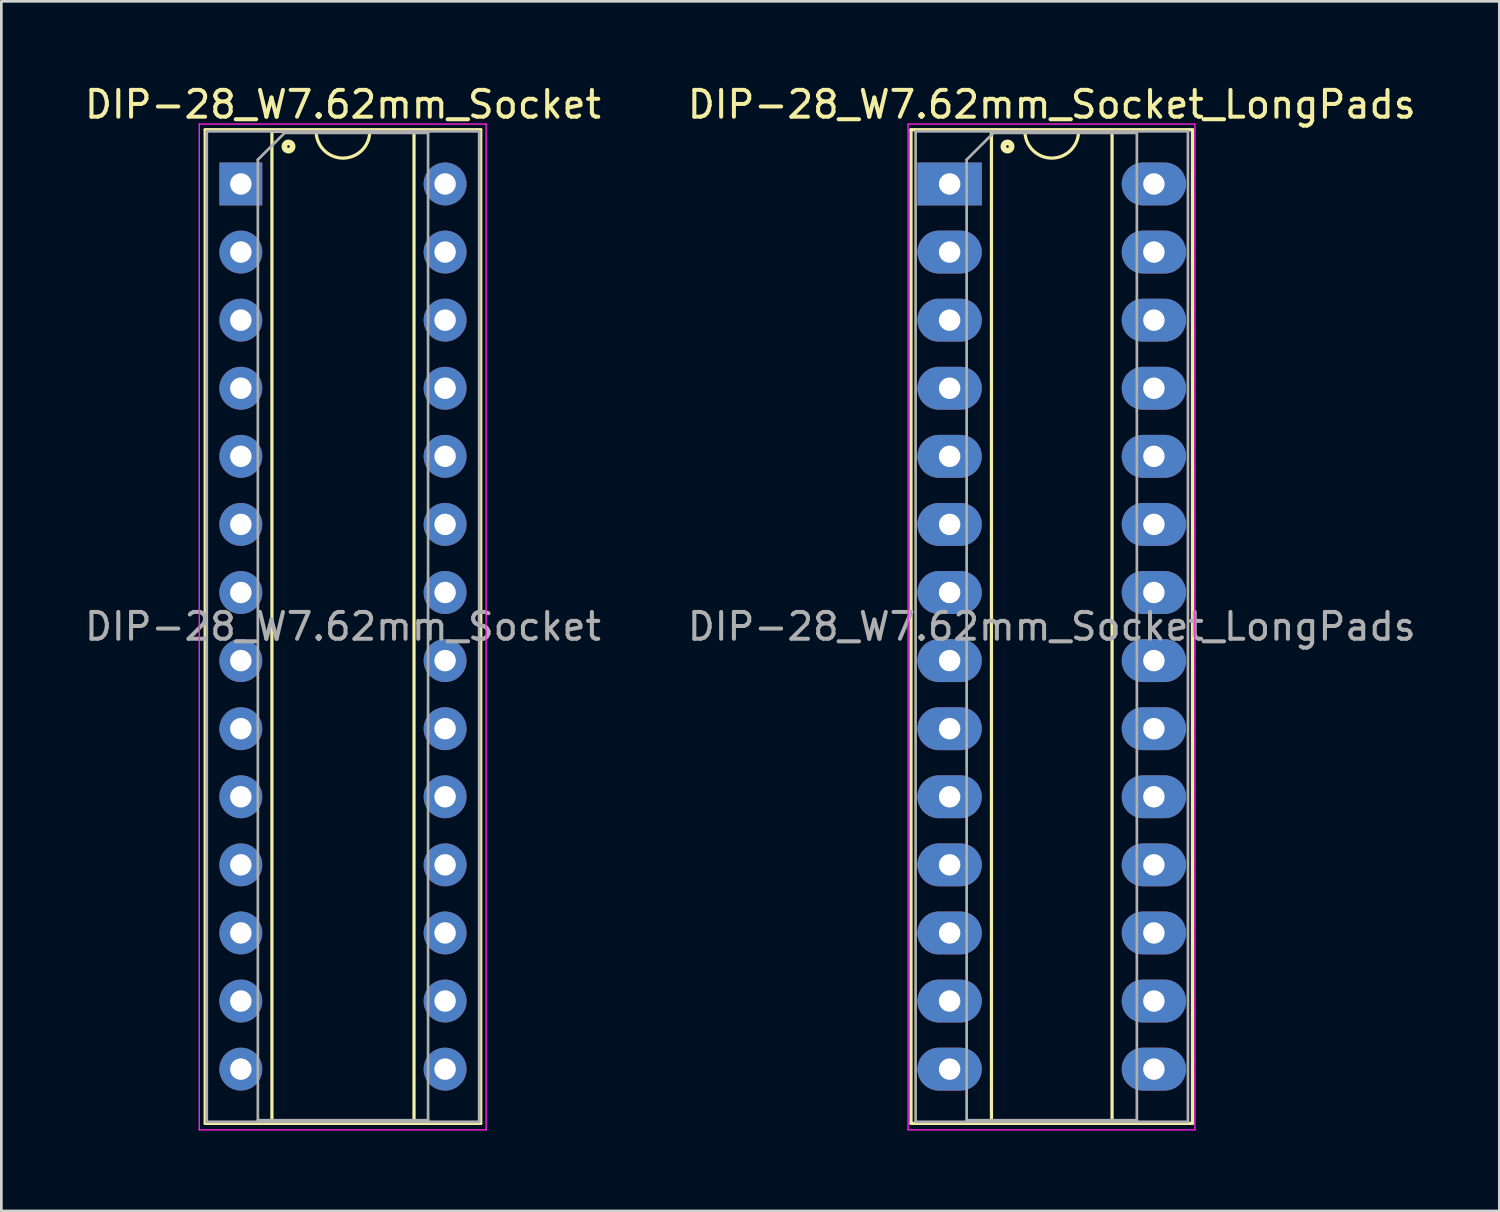
<source format=kicad_pcb>
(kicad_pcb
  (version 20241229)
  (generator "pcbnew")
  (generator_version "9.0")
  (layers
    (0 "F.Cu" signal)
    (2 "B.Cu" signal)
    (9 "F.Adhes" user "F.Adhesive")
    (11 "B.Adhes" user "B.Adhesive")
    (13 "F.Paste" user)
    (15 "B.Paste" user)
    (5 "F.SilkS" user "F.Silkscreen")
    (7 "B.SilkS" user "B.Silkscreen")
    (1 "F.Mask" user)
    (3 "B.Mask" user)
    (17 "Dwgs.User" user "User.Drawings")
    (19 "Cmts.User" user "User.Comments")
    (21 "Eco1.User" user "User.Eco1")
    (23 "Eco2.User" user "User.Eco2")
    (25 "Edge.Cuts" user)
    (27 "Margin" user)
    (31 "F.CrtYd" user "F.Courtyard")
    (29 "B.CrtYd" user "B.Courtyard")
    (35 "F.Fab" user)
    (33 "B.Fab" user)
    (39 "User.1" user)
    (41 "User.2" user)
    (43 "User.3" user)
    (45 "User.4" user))
  (footprint "DIP-28_W7.62mm_Socket_LongPads"
    (layer "F.Cu")
    (at 32.375 3.813)
    (property "Reference" "DIP-28_W7.62mm_Socket_LongPads" (at 3.81 -2.965 0) (layer "F.SilkS") (effects (font (size 1 1) (thickness 0.15))))
    (attr through_hole)
    (fp_line (start -1.44 -2.025) (end -1.44 35.045) (stroke (width 0.12) (type solid)) (layer "F.SilkS"))
    (fp_line (start -1.44 35.045) (end 9.06 35.045) (stroke (width 0.12) (type solid)) (layer "F.SilkS"))
    (fp_line (start 1.56 -1.965) (end 1.56 34.985) (stroke (width 0.12) (type solid)) (layer "F.SilkS"))
    (fp_line (start 1.56 34.985) (end 6.06 34.985) (stroke (width 0.12) (type solid)) (layer "F.SilkS"))
    (fp_line (start 2.81 -1.965) (end 1.56 -1.965) (stroke (width 0.12) (type solid)) (layer "F.SilkS"))
    (fp_line (start 6.06 -1.965) (end 4.81 -1.965) (stroke (width 0.12) (type solid)) (layer "F.SilkS"))
    (fp_line (start 6.06 34.985) (end 6.06 -1.965) (stroke (width 0.12) (type solid)) (layer "F.SilkS"))
    (fp_line (start 9.06 -2.025) (end -1.44 -2.025) (stroke (width 0.12) (type solid)) (layer "F.SilkS"))
    (fp_line (start 9.06 35.045) (end 9.06 -2.025) (stroke (width 0.12) (type solid)) (layer "F.SilkS"))
    (fp_arc (start 4.81 -1.965) (mid 3.81 -0.965) (end 2.81 -1.965) (stroke (width 0.12) (type solid)) (layer "F.SilkS"))
    (fp_circle (center 2.159 -1.397) (end 2.209 -1.397) (stroke (width 0.12) (type solid)) (fill no) (layer "F.SilkS"))
    (fp_circle (center 2.159 -1.397) (end 2.284 -1.397) (stroke (width 0.12) (type solid)) (fill no) (layer "F.SilkS"))
    (fp_circle (center 2.159 -1.397) (end 2.359 -1.397) (stroke (width 0.12) (type solid)) (fill no) (layer "F.SilkS"))
    (fp_line (start -1.55 -2.235) (end -1.55 35.285) (stroke (width 0.05) (type solid)) (layer "F.CrtYd"))
    (fp_line (start -1.55 35.285) (end 9.15 35.285) (stroke (width 0.05) (type solid)) (layer "F.CrtYd"))
    (fp_line (start 9.15 -2.235) (end -1.55 -2.235) (stroke (width 0.05) (type solid)) (layer "F.CrtYd"))
    (fp_line (start 9.15 35.285) (end 9.15 -2.235) (stroke (width 0.05) (type solid)) (layer "F.CrtYd"))
    (fp_line (start -1.27 -1.965) (end -1.27 34.985) (stroke (width 0.1) (type solid)) (layer "F.Fab"))
    (fp_line (start -1.27 34.985) (end 8.89 34.985) (stroke (width 0.1) (type solid)) (layer "F.Fab"))
    (fp_line (start 0.635 -0.905) (end 1.635 -1.905) (stroke (width 0.1) (type solid)) (layer "F.Fab"))
    (fp_line (start 0.635 34.925) (end 0.635 -0.905) (stroke (width 0.1) (type solid)) (layer "F.Fab"))
    (fp_line (start 1.635 -1.905) (end 6.985 -1.905) (stroke (width 0.1) (type solid)) (layer "F.Fab"))
    (fp_line (start 6.985 -1.905) (end 6.985 34.925) (stroke (width 0.1) (type solid)) (layer "F.Fab"))
    (fp_line (start 6.985 34.925) (end 0.635 34.925) (stroke (width 0.1) (type solid)) (layer "F.Fab"))
    (fp_line (start 8.89 -1.965) (end -1.27 -1.965) (stroke (width 0.1) (type solid)) (layer "F.Fab"))
    (fp_line (start 8.89 34.985) (end 8.89 -1.965) (stroke (width 0.1) (type solid)) (layer "F.Fab"))
    (fp_text user "${REFERENCE}" (at 3.81 16.51 0) (layer "F.Fab") (effects (font (size 1 1) (thickness 0.15))))
    (pad "1" thru_hole rect (at 0 0) (size 2.4 1.6) (drill 0.8) (layers "*.Cu" "*.Mask"))
    (pad "2" thru_hole oval (at 0 2.54) (size 2.4 1.6) (drill 0.8) (layers "*.Cu" "*.Mask"))
    (pad "3" thru_hole oval (at 0 5.08) (size 2.4 1.6) (drill 0.8) (layers "*.Cu" "*.Mask"))
    (pad "4" thru_hole oval (at 0 7.62) (size 2.4 1.6) (drill 0.8) (layers "*.Cu" "*.Mask"))
    (pad "5" thru_hole oval (at 0 10.16) (size 2.4 1.6) (drill 0.8) (layers "*.Cu" "*.Mask"))
    (pad "6" thru_hole oval (at 0 12.7) (size 2.4 1.6) (drill 0.8) (layers "*.Cu" "*.Mask"))
    (pad "7" thru_hole oval (at 0 15.24) (size 2.4 1.6) (drill 0.8) (layers "*.Cu" "*.Mask"))
    (pad "8" thru_hole oval (at 0 17.78) (size 2.4 1.6) (drill 0.8) (layers "*.Cu" "*.Mask"))
    (pad "9" thru_hole oval (at 0 20.32) (size 2.4 1.6) (drill 0.8) (layers "*.Cu" "*.Mask"))
    (pad "10" thru_hole oval (at 0 22.86) (size 2.4 1.6) (drill 0.8) (layers "*.Cu" "*.Mask"))
    (pad "11" thru_hole oval (at 0 25.4) (size 2.4 1.6) (drill 0.8) (layers "*.Cu" "*.Mask"))
    (pad "12" thru_hole oval (at 0 27.94) (size 2.4 1.6) (drill 0.8) (layers "*.Cu" "*.Mask"))
    (pad "13" thru_hole oval (at 0 30.48) (size 2.4 1.6) (drill 0.8) (layers "*.Cu" "*.Mask"))
    (pad "14" thru_hole oval (at 0 33.02) (size 2.4 1.6) (drill 0.8) (layers "*.Cu" "*.Mask"))
    (pad "15" thru_hole oval (at 7.62 33.02) (size 2.4 1.6) (drill 0.8) (layers "*.Cu" "*.Mask"))
    (pad "16" thru_hole oval (at 7.62 30.48) (size 2.4 1.6) (drill 0.8) (layers "*.Cu" "*.Mask"))
    (pad "17" thru_hole oval (at 7.62 27.94) (size 2.4 1.6) (drill 0.8) (layers "*.Cu" "*.Mask"))
    (pad "18" thru_hole oval (at 7.62 25.4) (size 2.4 1.6) (drill 0.8) (layers "*.Cu" "*.Mask"))
    (pad "19" thru_hole oval (at 7.62 22.86) (size 2.4 1.6) (drill 0.8) (layers "*.Cu" "*.Mask"))
    (pad "20" thru_hole oval (at 7.62 20.32) (size 2.4 1.6) (drill 0.8) (layers "*.Cu" "*.Mask"))
    (pad "21" thru_hole oval (at 7.62 17.78) (size 2.4 1.6) (drill 0.8) (layers "*.Cu" "*.Mask"))
    (pad "22" thru_hole oval (at 7.62 15.24) (size 2.4 1.6) (drill 0.8) (layers "*.Cu" "*.Mask"))
    (pad "23" thru_hole oval (at 7.62 12.7) (size 2.4 1.6) (drill 0.8) (layers "*.Cu" "*.Mask"))
    (pad "24" thru_hole oval (at 7.62 10.16) (size 2.4 1.6) (drill 0.8) (layers "*.Cu" "*.Mask"))
    (pad "25" thru_hole oval (at 7.62 7.62) (size 2.4 1.6) (drill 0.8) (layers "*.Cu" "*.Mask"))
    (pad "26" thru_hole oval (at 7.62 5.08) (size 2.4 1.6) (drill 0.8) (layers "*.Cu" "*.Mask"))
    (pad "27" thru_hole oval (at 7.62 2.54) (size 2.4 1.6) (drill 0.8) (layers "*.Cu" "*.Mask"))
    (pad "28" thru_hole oval (at 7.62 0) (size 2.4 1.6) (drill 0.8) (layers "*.Cu" "*.Mask")))
  (footprint "DIP-28_W7.62mm_Socket"
    (layer "F.Cu")
    (at 5.934 3.813)
    (property "Reference" "DIP-28_W7.62mm_Socket" (at 3.81 -2.965 0) (layer "F.SilkS") (effects (font (size 1 1) (thickness 0.15))))
    (attr through_hole)
    (fp_line (start -1.33 -2.025) (end -1.33 35.045) (stroke (width 0.12) (type solid)) (layer "F.SilkS"))
    (fp_line (start -1.33 35.045) (end 8.95 35.045) (stroke (width 0.12) (type solid)) (layer "F.SilkS"))
    (fp_line (start 1.16 -1.965) (end 1.16 34.985) (stroke (width 0.12) (type solid)) (layer "F.SilkS"))
    (fp_line (start 1.16 34.985) (end 6.46 34.985) (stroke (width 0.12) (type solid)) (layer "F.SilkS"))
    (fp_line (start 2.81 -1.965) (end 1.16 -1.965) (stroke (width 0.12) (type solid)) (layer "F.SilkS"))
    (fp_line (start 6.46 -1.965) (end 4.81 -1.965) (stroke (width 0.12) (type solid)) (layer "F.SilkS"))
    (fp_line (start 6.46 34.985) (end 6.46 -1.965) (stroke (width 0.12) (type solid)) (layer "F.SilkS"))
    (fp_line (start 8.95 -2.025) (end -1.33 -2.025) (stroke (width 0.12) (type solid)) (layer "F.SilkS"))
    (fp_line (start 8.95 35.045) (end 8.95 -2.025) (stroke (width 0.12) (type solid)) (layer "F.SilkS"))
    (fp_arc (start 4.81 -1.965) (mid 3.81 -0.965) (end 2.81 -1.965) (stroke (width 0.12) (type solid)) (layer "F.SilkS"))
    (fp_circle (center 1.778 -1.397) (end 1.828 -1.397) (stroke (width 0.12) (type solid)) (fill no) (layer "F.SilkS"))
    (fp_circle (center 1.778 -1.397) (end 1.903 -1.397) (stroke (width 0.12) (type solid)) (fill no) (layer "F.SilkS"))
    (fp_circle (center 1.778 -1.397) (end 1.978 -1.397) (stroke (width 0.12) (type solid)) (fill no) (layer "F.SilkS"))
    (fp_line (start -1.55 -2.235) (end -1.55 35.285) (stroke (width 0.05) (type solid)) (layer "F.CrtYd"))
    (fp_line (start -1.55 35.285) (end 9.15 35.285) (stroke (width 0.05) (type solid)) (layer "F.CrtYd"))
    (fp_line (start 9.15 -2.235) (end -1.55 -2.235) (stroke (width 0.05) (type solid)) (layer "F.CrtYd"))
    (fp_line (start 9.15 35.285) (end 9.15 -2.235) (stroke (width 0.05) (type solid)) (layer "F.CrtYd"))
    (fp_line (start -1.27 -1.965) (end -1.27 34.985) (stroke (width 0.1) (type solid)) (layer "F.Fab"))
    (fp_line (start -1.27 34.985) (end 8.89 34.985) (stroke (width 0.1) (type solid)) (layer "F.Fab"))
    (fp_line (start 0.635 -0.905) (end 1.635 -1.905) (stroke (width 0.1) (type solid)) (layer "F.Fab"))
    (fp_line (start 0.635 34.925) (end 0.635 -0.905) (stroke (width 0.1) (type solid)) (layer "F.Fab"))
    (fp_line (start 1.635 -1.905) (end 6.985 -1.905) (stroke (width 0.1) (type solid)) (layer "F.Fab"))
    (fp_line (start 6.985 -1.905) (end 6.985 34.925) (stroke (width 0.1) (type solid)) (layer "F.Fab"))
    (fp_line (start 6.985 34.925) (end 0.635 34.925) (stroke (width 0.1) (type solid)) (layer "F.Fab"))
    (fp_line (start 8.89 -1.965) (end -1.27 -1.965) (stroke (width 0.1) (type solid)) (layer "F.Fab"))
    (fp_line (start 8.89 34.985) (end 8.89 -1.965) (stroke (width 0.1) (type solid)) (layer "F.Fab"))
    (fp_text user "${REFERENCE}" (at 3.81 16.51 0) (layer "F.Fab") (effects (font (size 1 1) (thickness 0.15))))
    (pad "1" thru_hole rect (at 0 0) (size 1.6 1.6) (drill 0.8) (layers "*.Cu" "*.Mask"))
    (pad "2" thru_hole oval (at 0 2.54) (size 1.6 1.6) (drill 0.8) (layers "*.Cu" "*.Mask"))
    (pad "3" thru_hole oval (at 0 5.08) (size 1.6 1.6) (drill 0.8) (layers "*.Cu" "*.Mask"))
    (pad "4" thru_hole oval (at 0 7.62) (size 1.6 1.6) (drill 0.8) (layers "*.Cu" "*.Mask"))
    (pad "5" thru_hole oval (at 0 10.16) (size 1.6 1.6) (drill 0.8) (layers "*.Cu" "*.Mask"))
    (pad "6" thru_hole oval (at 0 12.7) (size 1.6 1.6) (drill 0.8) (layers "*.Cu" "*.Mask"))
    (pad "7" thru_hole oval (at 0 15.24) (size 1.6 1.6) (drill 0.8) (layers "*.Cu" "*.Mask"))
    (pad "8" thru_hole oval (at 0 17.78) (size 1.6 1.6) (drill 0.8) (layers "*.Cu" "*.Mask"))
    (pad "9" thru_hole oval (at 0 20.32) (size 1.6 1.6) (drill 0.8) (layers "*.Cu" "*.Mask"))
    (pad "10" thru_hole oval (at 0 22.86) (size 1.6 1.6) (drill 0.8) (layers "*.Cu" "*.Mask"))
    (pad "11" thru_hole oval (at 0 25.4) (size 1.6 1.6) (drill 0.8) (layers "*.Cu" "*.Mask"))
    (pad "12" thru_hole oval (at 0 27.94) (size 1.6 1.6) (drill 0.8) (layers "*.Cu" "*.Mask"))
    (pad "13" thru_hole oval (at 0 30.48) (size 1.6 1.6) (drill 0.8) (layers "*.Cu" "*.Mask"))
    (pad "14" thru_hole oval (at 0 33.02) (size 1.6 1.6) (drill 0.8) (layers "*.Cu" "*.Mask"))
    (pad "15" thru_hole oval (at 7.62 33.02) (size 1.6 1.6) (drill 0.8) (layers "*.Cu" "*.Mask"))
    (pad "16" thru_hole oval (at 7.62 30.48) (size 1.6 1.6) (drill 0.8) (layers "*.Cu" "*.Mask"))
    (pad "17" thru_hole oval (at 7.62 27.94) (size 1.6 1.6) (drill 0.8) (layers "*.Cu" "*.Mask"))
    (pad "18" thru_hole oval (at 7.62 25.4) (size 1.6 1.6) (drill 0.8) (layers "*.Cu" "*.Mask"))
    (pad "19" thru_hole oval (at 7.62 22.86) (size 1.6 1.6) (drill 0.8) (layers "*.Cu" "*.Mask"))
    (pad "20" thru_hole oval (at 7.62 20.32) (size 1.6 1.6) (drill 0.8) (layers "*.Cu" "*.Mask"))
    (pad "21" thru_hole oval (at 7.62 17.78) (size 1.6 1.6) (drill 0.8) (layers "*.Cu" "*.Mask"))
    (pad "22" thru_hole oval (at 7.62 15.24) (size 1.6 1.6) (drill 0.8) (layers "*.Cu" "*.Mask"))
    (pad "23" thru_hole oval (at 7.62 12.7) (size 1.6 1.6) (drill 0.8) (layers "*.Cu" "*.Mask"))
    (pad "24" thru_hole oval (at 7.62 10.16) (size 1.6 1.6) (drill 0.8) (layers "*.Cu" "*.Mask"))
    (pad "25" thru_hole oval (at 7.62 7.62) (size 1.6 1.6) (drill 0.8) (layers "*.Cu" "*.Mask"))
    (pad "26" thru_hole oval (at 7.62 5.08) (size 1.6 1.6) (drill 0.8) (layers "*.Cu" "*.Mask"))
    (pad "27" thru_hole oval (at 7.62 2.54) (size 1.6 1.6) (drill 0.8) (layers "*.Cu" "*.Mask"))
    (pad "28" thru_hole oval (at 7.62 0) (size 1.6 1.6) (drill 0.8) (layers "*.Cu" "*.Mask")))
  (gr_rect
    (start -3 -3)
    (end 52.881 42.123)
    (stroke (width 0.1) (type default))
    (fill no)
    (layer "Edge.Cuts")))
</source>
